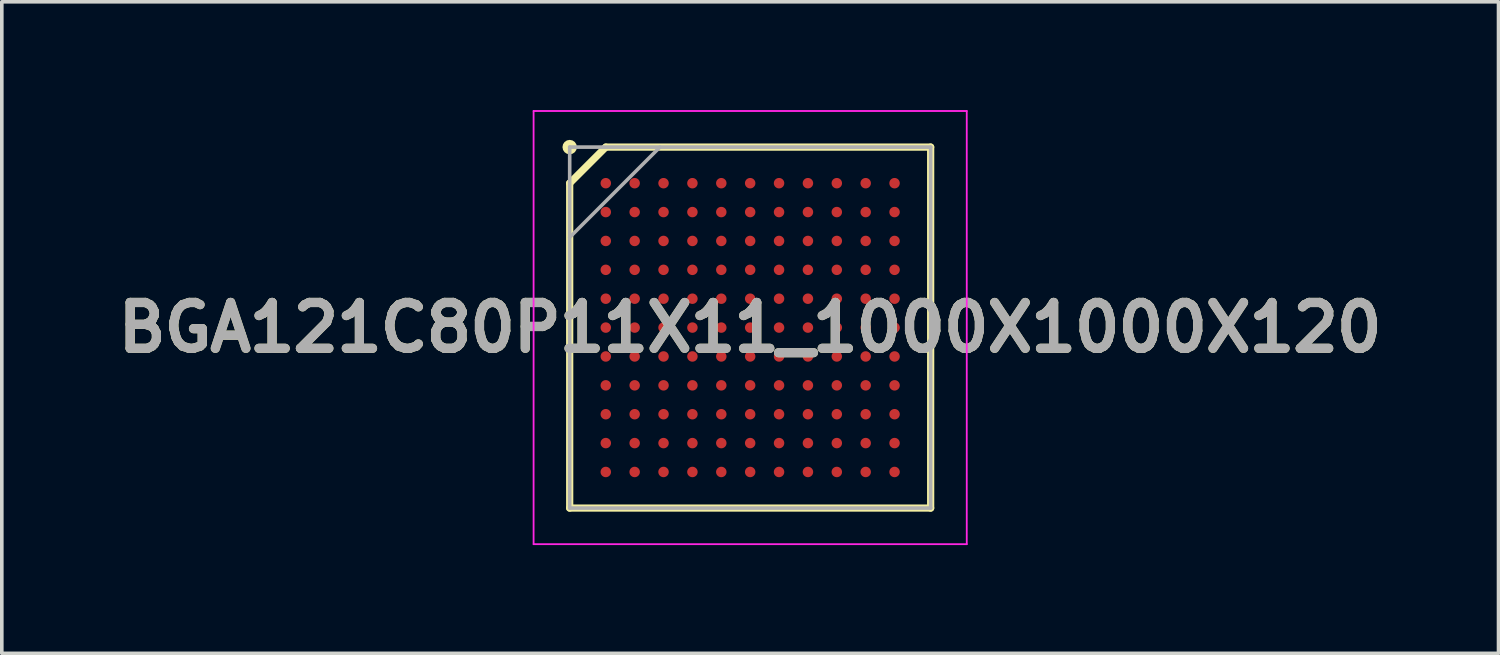
<source format=kicad_pcb>
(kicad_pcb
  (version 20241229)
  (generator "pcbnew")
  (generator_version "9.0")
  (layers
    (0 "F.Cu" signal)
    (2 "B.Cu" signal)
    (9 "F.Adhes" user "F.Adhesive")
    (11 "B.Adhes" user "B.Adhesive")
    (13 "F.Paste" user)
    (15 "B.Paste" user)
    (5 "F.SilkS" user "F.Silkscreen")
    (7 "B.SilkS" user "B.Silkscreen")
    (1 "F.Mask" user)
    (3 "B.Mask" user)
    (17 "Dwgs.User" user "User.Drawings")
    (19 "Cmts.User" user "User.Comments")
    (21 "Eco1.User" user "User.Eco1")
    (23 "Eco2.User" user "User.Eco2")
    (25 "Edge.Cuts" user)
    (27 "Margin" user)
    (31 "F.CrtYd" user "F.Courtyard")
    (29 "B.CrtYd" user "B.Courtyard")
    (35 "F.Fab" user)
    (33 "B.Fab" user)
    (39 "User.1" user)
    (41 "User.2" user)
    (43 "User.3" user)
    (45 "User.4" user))
  (footprint "BGA121C80P11X11_1000X1000X120"
    (layer "F.Cu")
    (at 17.732 6.025)
    (property "Reference" "BGA121C80P11X11_1000X1000X120" (at 0 0 0) (layer "F.SilkS") (effects (font (size 1.27 1.27) (thickness 0.254))))
    (attr smd)
    (fp_line (start -5 -4) (end -4 -5) (stroke (width 0.2) (type solid)) (layer "F.SilkS"))
    (fp_line (start -5 5) (end -5 -4) (stroke (width 0.2) (type solid)) (layer "F.SilkS"))
    (fp_line (start -4 -5) (end 5 -5) (stroke (width 0.2) (type solid)) (layer "F.SilkS"))
    (fp_line (start 5 -5) (end 5 5) (stroke (width 0.2) (type solid)) (layer "F.SilkS"))
    (fp_line (start 5 5) (end -5 5) (stroke (width 0.2) (type solid)) (layer "F.SilkS"))
    (fp_circle (center -5 -5) (end -5 -4.9) (stroke (width 0.2) (type solid)) (fill no) (layer "F.SilkS"))
    (fp_line (start -6 -6) (end 6 -6) (stroke (width 0.05) (type solid)) (layer "F.CrtYd"))
    (fp_line (start -6 6) (end -6 -6) (stroke (width 0.05) (type solid)) (layer "F.CrtYd"))
    (fp_line (start 6 -6) (end 6 6) (stroke (width 0.05) (type solid)) (layer "F.CrtYd"))
    (fp_line (start 6 6) (end -6 6) (stroke (width 0.05) (type solid)) (layer "F.CrtYd"))
    (fp_line (start -5 -5) (end 5 -5) (stroke (width 0.1) (type solid)) (layer "F.Fab"))
    (fp_line (start -5 -2.5) (end -2.5 -5) (stroke (width 0.1) (type solid)) (layer "F.Fab"))
    (fp_line (start -5 5) (end -5 -5) (stroke (width 0.1) (type solid)) (layer "F.Fab"))
    (fp_line (start 5 -5) (end 5 5) (stroke (width 0.1) (type solid)) (layer "F.Fab"))
    (fp_line (start 5 5) (end -5 5) (stroke (width 0.1) (type solid)) (layer "F.Fab"))
    (fp_text user "${REFERENCE}" (at 0 0 0) (layer "F.Fab") (effects (font (size 1.27 1.27) (thickness 0.254))))
    (pad "A1" smd circle (at -4 -4 90) (size 0.29 0.29) (layers "F.Cu" "F.Mask" "F.Paste"))
    (pad "A2" smd circle (at -3.2 -4 90) (size 0.29 0.29) (layers "F.Cu" "F.Mask" "F.Paste"))
    (pad "A3" smd circle (at -2.4 -4 90) (size 0.29 0.29) (layers "F.Cu" "F.Mask" "F.Paste"))
    (pad "A4" smd circle (at -1.6 -4 90) (size 0.29 0.29) (layers "F.Cu" "F.Mask" "F.Paste"))
    (pad "A5" smd circle (at -0.8 -4 90) (size 0.29 0.29) (layers "F.Cu" "F.Mask" "F.Paste"))
    (pad "A6" smd circle (at 0 -4 90) (size 0.29 0.29) (layers "F.Cu" "F.Mask" "F.Paste"))
    (pad "A7" smd circle (at 0.8 -4 90) (size 0.29 0.29) (layers "F.Cu" "F.Mask" "F.Paste"))
    (pad "A8" smd circle (at 1.6 -4 90) (size 0.29 0.29) (layers "F.Cu" "F.Mask" "F.Paste"))
    (pad "A9" smd circle (at 2.4 -4 90) (size 0.29 0.29) (layers "F.Cu" "F.Mask" "F.Paste"))
    (pad "A10" smd circle (at 3.2 -4 90) (size 0.29 0.29) (layers "F.Cu" "F.Mask" "F.Paste"))
    (pad "A11" smd circle (at 4 -4 90) (size 0.29 0.29) (layers "F.Cu" "F.Mask" "F.Paste"))
    (pad "B1" smd circle (at -4 -3.2 90) (size 0.29 0.29) (layers "F.Cu" "F.Mask" "F.Paste"))
    (pad "B2" smd circle (at -3.2 -3.2 90) (size 0.29 0.29) (layers "F.Cu" "F.Mask" "F.Paste"))
    (pad "B3" smd circle (at -2.4 -3.2 90) (size 0.29 0.29) (layers "F.Cu" "F.Mask" "F.Paste"))
    (pad "B4" smd circle (at -1.6 -3.2 90) (size 0.29 0.29) (layers "F.Cu" "F.Mask" "F.Paste"))
    (pad "B5" smd circle (at -0.8 -3.2 90) (size 0.29 0.29) (layers "F.Cu" "F.Mask" "F.Paste"))
    (pad "B6" smd circle (at 0 -3.2 90) (size 0.29 0.29) (layers "F.Cu" "F.Mask" "F.Paste"))
    (pad "B7" smd circle (at 0.8 -3.2 90) (size 0.29 0.29) (layers "F.Cu" "F.Mask" "F.Paste"))
    (pad "B8" smd circle (at 1.6 -3.2 90) (size 0.29 0.29) (layers "F.Cu" "F.Mask" "F.Paste"))
    (pad "B9" smd circle (at 2.4 -3.2 90) (size 0.29 0.29) (layers "F.Cu" "F.Mask" "F.Paste"))
    (pad "B10" smd circle (at 3.2 -3.2 90) (size 0.29 0.29) (layers "F.Cu" "F.Mask" "F.Paste"))
    (pad "B11" smd circle (at 4 -3.2 90) (size 0.29 0.29) (layers "F.Cu" "F.Mask" "F.Paste"))
    (pad "C1" smd circle (at -4 -2.4 90) (size 0.29 0.29) (layers "F.Cu" "F.Mask" "F.Paste"))
    (pad "C2" smd circle (at -3.2 -2.4 90) (size 0.29 0.29) (layers "F.Cu" "F.Mask" "F.Paste"))
    (pad "C3" smd circle (at -2.4 -2.4 90) (size 0.29 0.29) (layers "F.Cu" "F.Mask" "F.Paste"))
    (pad "C4" smd circle (at -1.6 -2.4 90) (size 0.29 0.29) (layers "F.Cu" "F.Mask" "F.Paste"))
    (pad "C5" smd circle (at -0.8 -2.4 90) (size 0.29 0.29) (layers "F.Cu" "F.Mask" "F.Paste"))
    (pad "C6" smd circle (at 0 -2.4 90) (size 0.29 0.29) (layers "F.Cu" "F.Mask" "F.Paste"))
    (pad "C7" smd circle (at 0.8 -2.4 90) (size 0.29 0.29) (layers "F.Cu" "F.Mask" "F.Paste"))
    (pad "C8" smd circle (at 1.6 -2.4 90) (size 0.29 0.29) (layers "F.Cu" "F.Mask" "F.Paste"))
    (pad "C9" smd circle (at 2.4 -2.4 90) (size 0.29 0.29) (layers "F.Cu" "F.Mask" "F.Paste"))
    (pad "C10" smd circle (at 3.2 -2.4 90) (size 0.29 0.29) (layers "F.Cu" "F.Mask" "F.Paste"))
    (pad "C11" smd circle (at 4 -2.4 90) (size 0.29 0.29) (layers "F.Cu" "F.Mask" "F.Paste"))
    (pad "D1" smd circle (at -4 -1.6 90) (size 0.29 0.29) (layers "F.Cu" "F.Mask" "F.Paste"))
    (pad "D2" smd circle (at -3.2 -1.6 90) (size 0.29 0.29) (layers "F.Cu" "F.Mask" "F.Paste"))
    (pad "D3" smd circle (at -2.4 -1.6 90) (size 0.29 0.29) (layers "F.Cu" "F.Mask" "F.Paste"))
    (pad "D4" smd circle (at -1.6 -1.6 90) (size 0.29 0.29) (layers "F.Cu" "F.Mask" "F.Paste"))
    (pad "D5" smd circle (at -0.8 -1.6 90) (size 0.29 0.29) (layers "F.Cu" "F.Mask" "F.Paste"))
    (pad "D6" smd circle (at 0 -1.6 90) (size 0.29 0.29) (layers "F.Cu" "F.Mask" "F.Paste"))
    (pad "D7" smd circle (at 0.8 -1.6 90) (size 0.29 0.29) (layers "F.Cu" "F.Mask" "F.Paste"))
    (pad "D8" smd circle (at 1.6 -1.6 90) (size 0.29 0.29) (layers "F.Cu" "F.Mask" "F.Paste"))
    (pad "D9" smd circle (at 2.4 -1.6 90) (size 0.29 0.29) (layers "F.Cu" "F.Mask" "F.Paste"))
    (pad "D10" smd circle (at 3.2 -1.6 90) (size 0.29 0.29) (layers "F.Cu" "F.Mask" "F.Paste"))
    (pad "D11" smd circle (at 4 -1.6 90) (size 0.29 0.29) (layers "F.Cu" "F.Mask" "F.Paste"))
    (pad "E1" smd circle (at -4 -0.8 90) (size 0.29 0.29) (layers "F.Cu" "F.Mask" "F.Paste"))
    (pad "E2" smd circle (at -3.2 -0.8 90) (size 0.29 0.29) (layers "F.Cu" "F.Mask" "F.Paste"))
    (pad "E3" smd circle (at -2.4 -0.8 90) (size 0.29 0.29) (layers "F.Cu" "F.Mask" "F.Paste"))
    (pad "E4" smd circle (at -1.6 -0.8 90) (size 0.29 0.29) (layers "F.Cu" "F.Mask" "F.Paste"))
    (pad "E5" smd circle (at -0.8 -0.8 90) (size 0.29 0.29) (layers "F.Cu" "F.Mask" "F.Paste"))
    (pad "E6" smd circle (at 0 -0.8 90) (size 0.29 0.29) (layers "F.Cu" "F.Mask" "F.Paste"))
    (pad "E7" smd circle (at 0.8 -0.8 90) (size 0.29 0.29) (layers "F.Cu" "F.Mask" "F.Paste"))
    (pad "E8" smd circle (at 1.6 -0.8 90) (size 0.29 0.29) (layers "F.Cu" "F.Mask" "F.Paste"))
    (pad "E9" smd circle (at 2.4 -0.8 90) (size 0.29 0.29) (layers "F.Cu" "F.Mask" "F.Paste"))
    (pad "E10" smd circle (at 3.2 -0.8 90) (size 0.29 0.29) (layers "F.Cu" "F.Mask" "F.Paste"))
    (pad "E11" smd circle (at 4 -0.8 90) (size 0.29 0.29) (layers "F.Cu" "F.Mask" "F.Paste"))
    (pad "F1" smd circle (at -4 0 90) (size 0.29 0.29) (layers "F.Cu" "F.Mask" "F.Paste"))
    (pad "F2" smd circle (at -3.2 0 90) (size 0.29 0.29) (layers "F.Cu" "F.Mask" "F.Paste"))
    (pad "F3" smd circle (at -2.4 0 90) (size 0.29 0.29) (layers "F.Cu" "F.Mask" "F.Paste"))
    (pad "F4" smd circle (at -1.6 0 90) (size 0.29 0.29) (layers "F.Cu" "F.Mask" "F.Paste"))
    (pad "F5" smd circle (at -0.8 0 90) (size 0.29 0.29) (layers "F.Cu" "F.Mask" "F.Paste"))
    (pad "F6" smd circle (at 0 0 90) (size 0.29 0.29) (layers "F.Cu" "F.Mask" "F.Paste"))
    (pad "F7" smd circle (at 0.8 0 90) (size 0.29 0.29) (layers "F.Cu" "F.Mask" "F.Paste"))
    (pad "F8" smd circle (at 1.6 0 90) (size 0.29 0.29) (layers "F.Cu" "F.Mask" "F.Paste"))
    (pad "F9" smd circle (at 2.4 0 90) (size 0.29 0.29) (layers "F.Cu" "F.Mask" "F.Paste"))
    (pad "F10" smd circle (at 3.2 0 90) (size 0.29 0.29) (layers "F.Cu" "F.Mask" "F.Paste"))
    (pad "F11" smd circle (at 4 0 90) (size 0.29 0.29) (layers "F.Cu" "F.Mask" "F.Paste"))
    (pad "G1" smd circle (at -4 0.8 90) (size 0.29 0.29) (layers "F.Cu" "F.Mask" "F.Paste"))
    (pad "G2" smd circle (at -3.2 0.8 90) (size 0.29 0.29) (layers "F.Cu" "F.Mask" "F.Paste"))
    (pad "G3" smd circle (at -2.4 0.8 90) (size 0.29 0.29) (layers "F.Cu" "F.Mask" "F.Paste"))
    (pad "G4" smd circle (at -1.6 0.8 90) (size 0.29 0.29) (layers "F.Cu" "F.Mask" "F.Paste"))
    (pad "G5" smd circle (at -0.8 0.8 90) (size 0.29 0.29) (layers "F.Cu" "F.Mask" "F.Paste"))
    (pad "G6" smd circle (at 0 0.8 90) (size 0.29 0.29) (layers "F.Cu" "F.Mask" "F.Paste"))
    (pad "G7" smd circle (at 0.8 0.8 90) (size 0.29 0.29) (layers "F.Cu" "F.Mask" "F.Paste"))
    (pad "G8" smd circle (at 1.6 0.8 90) (size 0.29 0.29) (layers "F.Cu" "F.Mask" "F.Paste"))
    (pad "G9" smd circle (at 2.4 0.8 90) (size 0.29 0.29) (layers "F.Cu" "F.Mask" "F.Paste"))
    (pad "G10" smd circle (at 3.2 0.8 90) (size 0.29 0.29) (layers "F.Cu" "F.Mask" "F.Paste"))
    (pad "G11" smd circle (at 4 0.8 90) (size 0.29 0.29) (layers "F.Cu" "F.Mask" "F.Paste"))
    (pad "H1" smd circle (at -4 1.6 90) (size 0.29 0.29) (layers "F.Cu" "F.Mask" "F.Paste"))
    (pad "H2" smd circle (at -3.2 1.6 90) (size 0.29 0.29) (layers "F.Cu" "F.Mask" "F.Paste"))
    (pad "H3" smd circle (at -2.4 1.6 90) (size 0.29 0.29) (layers "F.Cu" "F.Mask" "F.Paste"))
    (pad "H4" smd circle (at -1.6 1.6 90) (size 0.29 0.29) (layers "F.Cu" "F.Mask" "F.Paste"))
    (pad "H5" smd circle (at -0.8 1.6 90) (size 0.29 0.29) (layers "F.Cu" "F.Mask" "F.Paste"))
    (pad "H6" smd circle (at 0 1.6 90) (size 0.29 0.29) (layers "F.Cu" "F.Mask" "F.Paste"))
    (pad "H7" smd circle (at 0.8 1.6 90) (size 0.29 0.29) (layers "F.Cu" "F.Mask" "F.Paste"))
    (pad "H8" smd circle (at 1.6 1.6 90) (size 0.29 0.29) (layers "F.Cu" "F.Mask" "F.Paste"))
    (pad "H9" smd circle (at 2.4 1.6 90) (size 0.29 0.29) (layers "F.Cu" "F.Mask" "F.Paste"))
    (pad "H10" smd circle (at 3.2 1.6 90) (size 0.29 0.29) (layers "F.Cu" "F.Mask" "F.Paste"))
    (pad "H11" smd circle (at 4 1.6 90) (size 0.29 0.29) (layers "F.Cu" "F.Mask" "F.Paste"))
    (pad "J1" smd circle (at -4 2.4 90) (size 0.29 0.29) (layers "F.Cu" "F.Mask" "F.Paste"))
    (pad "J2" smd circle (at -3.2 2.4 90) (size 0.29 0.29) (layers "F.Cu" "F.Mask" "F.Paste"))
    (pad "J3" smd circle (at -2.4 2.4 90) (size 0.29 0.29) (layers "F.Cu" "F.Mask" "F.Paste"))
    (pad "J4" smd circle (at -1.6 2.4 90) (size 0.29 0.29) (layers "F.Cu" "F.Mask" "F.Paste"))
    (pad "J5" smd circle (at -0.8 2.4 90) (size 0.29 0.29) (layers "F.Cu" "F.Mask" "F.Paste"))
    (pad "J6" smd circle (at 0 2.4 90) (size 0.29 0.29) (layers "F.Cu" "F.Mask" "F.Paste"))
    (pad "J7" smd circle (at 0.8 2.4 90) (size 0.29 0.29) (layers "F.Cu" "F.Mask" "F.Paste"))
    (pad "J8" smd circle (at 1.6 2.4 90) (size 0.29 0.29) (layers "F.Cu" "F.Mask" "F.Paste"))
    (pad "J9" smd circle (at 2.4 2.4 90) (size 0.29 0.29) (layers "F.Cu" "F.Mask" "F.Paste"))
    (pad "J10" smd circle (at 3.2 2.4 90) (size 0.29 0.29) (layers "F.Cu" "F.Mask" "F.Paste"))
    (pad "J11" smd circle (at 4 2.4 90) (size 0.29 0.29) (layers "F.Cu" "F.Mask" "F.Paste"))
    (pad "K1" smd circle (at -4 3.2 90) (size 0.29 0.29) (layers "F.Cu" "F.Mask" "F.Paste"))
    (pad "K2" smd circle (at -3.2 3.2 90) (size 0.29 0.29) (layers "F.Cu" "F.Mask" "F.Paste"))
    (pad "K3" smd circle (at -2.4 3.2 90) (size 0.29 0.29) (layers "F.Cu" "F.Mask" "F.Paste"))
    (pad "K4" smd circle (at -1.6 3.2 90) (size 0.29 0.29) (layers "F.Cu" "F.Mask" "F.Paste"))
    (pad "K5" smd circle (at -0.8 3.2 90) (size 0.29 0.29) (layers "F.Cu" "F.Mask" "F.Paste"))
    (pad "K6" smd circle (at 0 3.2 90) (size 0.29 0.29) (layers "F.Cu" "F.Mask" "F.Paste"))
    (pad "K7" smd circle (at 0.8 3.2 90) (size 0.29 0.29) (layers "F.Cu" "F.Mask" "F.Paste"))
    (pad "K8" smd circle (at 1.6 3.2 90) (size 0.29 0.29) (layers "F.Cu" "F.Mask" "F.Paste"))
    (pad "K9" smd circle (at 2.4 3.2 90) (size 0.29 0.29) (layers "F.Cu" "F.Mask" "F.Paste"))
    (pad "K10" smd circle (at 3.2 3.2 90) (size 0.29 0.29) (layers "F.Cu" "F.Mask" "F.Paste"))
    (pad "K11" smd circle (at 4 3.2 90) (size 0.29 0.29) (layers "F.Cu" "F.Mask" "F.Paste"))
    (pad "L1" smd circle (at -4 4 90) (size 0.29 0.29) (layers "F.Cu" "F.Mask" "F.Paste"))
    (pad "L2" smd circle (at -3.2 4 90) (size 0.29 0.29) (layers "F.Cu" "F.Mask" "F.Paste"))
    (pad "L3" smd circle (at -2.4 4 90) (size 0.29 0.29) (layers "F.Cu" "F.Mask" "F.Paste"))
    (pad "L4" smd circle (at -1.6 4 90) (size 0.29 0.29) (layers "F.Cu" "F.Mask" "F.Paste"))
    (pad "L5" smd circle (at -0.8 4 90) (size 0.29 0.29) (layers "F.Cu" "F.Mask" "F.Paste"))
    (pad "L6" smd circle (at 0 4 90) (size 0.29 0.29) (layers "F.Cu" "F.Mask" "F.Paste"))
    (pad "L7" smd circle (at 0.8 4 90) (size 0.29 0.29) (layers "F.Cu" "F.Mask" "F.Paste"))
    (pad "L8" smd circle (at 1.6 4 90) (size 0.29 0.29) (layers "F.Cu" "F.Mask" "F.Paste"))
    (pad "L9" smd circle (at 2.4 4 90) (size 0.29 0.29) (layers "F.Cu" "F.Mask" "F.Paste"))
    (pad "L10" smd circle (at 3.2 4 90) (size 0.29 0.29) (layers "F.Cu" "F.Mask" "F.Paste"))
    (pad "L11" smd circle (at 4 4 90) (size 0.29 0.29) (layers "F.Cu" "F.Mask" "F.Paste")))
  (gr_rect
    (start -3 -3)
    (end 38.463 15.05)
    (stroke (width 0.1) (type default))
    (fill no)
    (layer "Edge.Cuts")))
</source>
